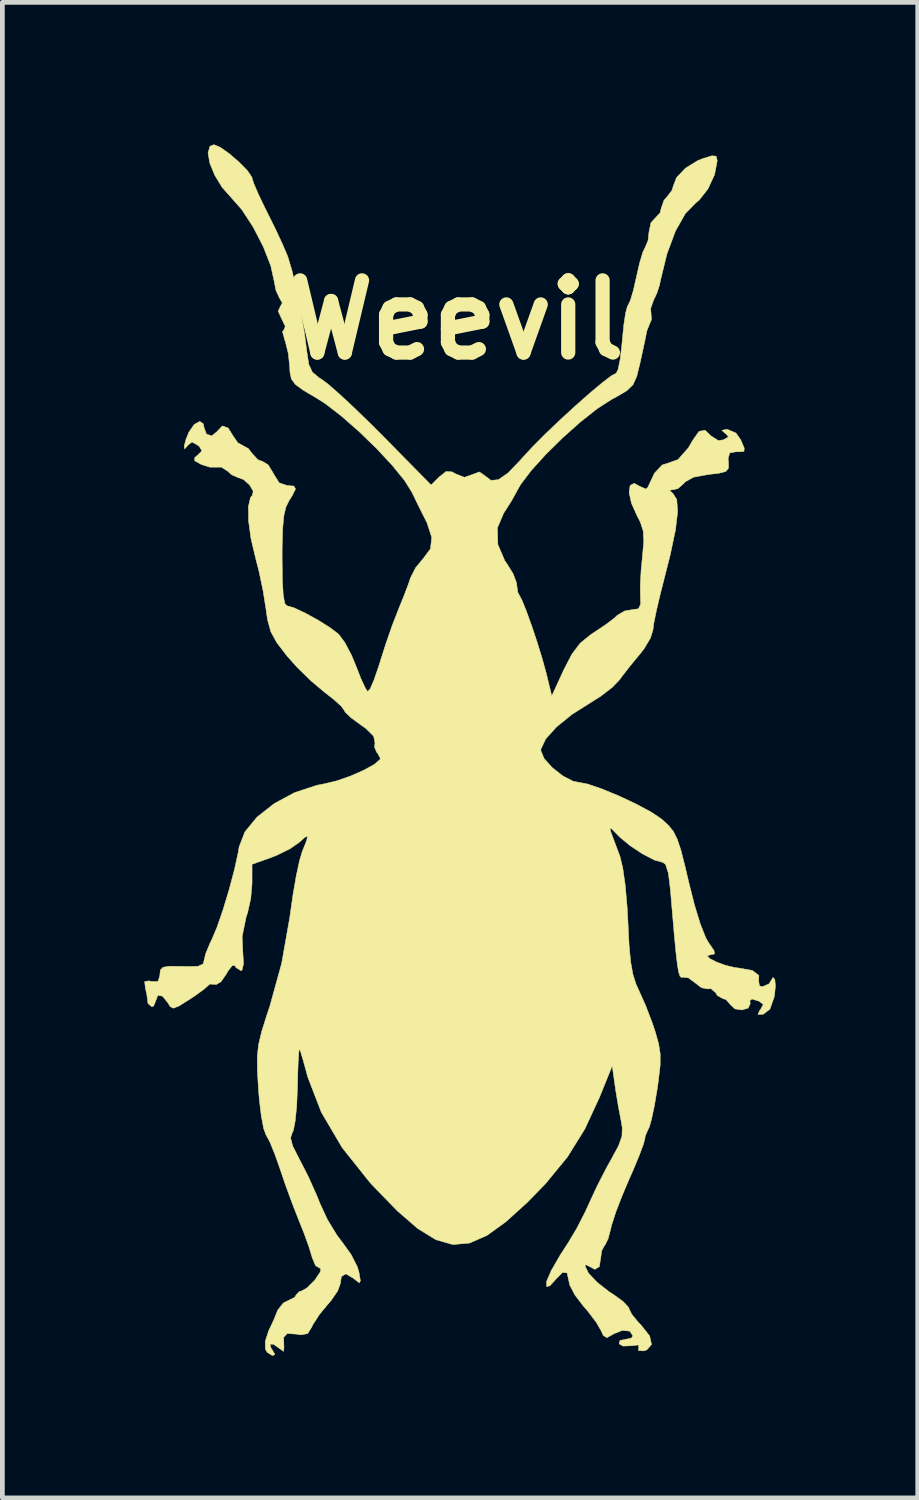
<source format=kicad_pcb>
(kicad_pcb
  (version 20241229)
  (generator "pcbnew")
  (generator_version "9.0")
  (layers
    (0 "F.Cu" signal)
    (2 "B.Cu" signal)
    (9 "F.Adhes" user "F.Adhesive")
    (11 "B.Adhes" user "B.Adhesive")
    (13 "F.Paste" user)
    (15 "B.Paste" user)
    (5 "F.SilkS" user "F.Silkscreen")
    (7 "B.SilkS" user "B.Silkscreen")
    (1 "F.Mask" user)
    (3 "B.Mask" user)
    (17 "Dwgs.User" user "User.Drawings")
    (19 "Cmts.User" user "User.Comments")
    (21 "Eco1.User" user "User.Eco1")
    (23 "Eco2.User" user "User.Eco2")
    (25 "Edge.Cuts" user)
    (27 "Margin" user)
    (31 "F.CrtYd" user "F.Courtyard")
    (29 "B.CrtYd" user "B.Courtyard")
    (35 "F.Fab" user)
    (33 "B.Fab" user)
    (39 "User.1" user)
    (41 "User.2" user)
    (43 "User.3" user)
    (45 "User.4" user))
  (footprint "Weevil"
    (layer "F.Cu")
    (at 6.59 12.705)
    (property "Reference" "Weevil" (at 0 -9 0) (layer "F.SilkS") (effects (font (size 1.524 1.524) (thickness 0.3))))
    (attr through_hole)
    (fp_poly (pts (xy -4.99 -12.645) (xy -4.796 -12.508) (xy -4.589 -12.329) (xy -4.415 -12.151) (xy -4.322 -12.016) (xy -4.317 -11.992) (xy -4.28 -11.876) (xy -4.183 -11.652) (xy -4.044 -11.362) (xy -3.993 -11.261) (xy -3.826 -10.923) (xy -3.677 -10.604) (xy -3.574 -10.363) (xy -3.561 -10.329) (xy -3.474 -10.039) (xy -3.379 -9.636) (xy -3.288 -9.177) (xy -3.211 -8.719) (xy -3.161 -8.333) (xy -3.12 -8.061) (xy -3.044 -7.896) (xy -2.899 -7.775) (xy -2.85 -7.746) (xy -2.702 -7.635) (xy -2.463 -7.425) (xy -2.158 -7.141) (xy -1.814 -6.807) (xy -1.559 -6.552) (xy -0.536 -5.513) (xy -0.364 -5.685) (xy -0.22 -5.799) (xy -0.094 -5.791) (xy -0.011 -5.745) (xy 0.167 -5.676) (xy 0.331 -5.733) (xy 0.481 -5.79) (xy 0.594 -5.714) (xy 0.596 -5.711) (xy 0.729 -5.611) (xy 0.886 -5.627) (xy 1.087 -5.767) (xy 1.352 -6.042) (xy 1.397 -6.094) (xy 1.607 -6.321) (xy 1.879 -6.594) (xy 2.189 -6.89) (xy 2.51 -7.184) (xy 2.815 -7.454) (xy 3.078 -7.674) (xy 3.273 -7.822) (xy 3.371 -7.874) (xy 3.411 -7.952) (xy 3.454 -8.159) (xy 3.49 -8.457) (xy 3.5 -8.567) (xy 3.532 -8.893) (xy 3.571 -9.149) (xy 3.61 -9.293) (xy 3.621 -9.307) (xy 3.671 -9.41) (xy 3.736 -9.63) (xy 3.798 -9.906) (xy 3.866 -10.2) (xy 3.934 -10.429) (xy 3.986 -10.537) (xy 4.044 -10.675) (xy 4.064 -10.857) (xy 4.105 -11.051) (xy 4.191 -11.145) (xy 4.3 -11.261) (xy 4.318 -11.344) (xy 4.379 -11.523) (xy 4.445 -11.599) (xy 4.552 -11.739) (xy 4.572 -11.812) (xy 4.645 -12.005) (xy 4.835 -12.204) (xy 5.096 -12.365) (xy 5.19 -12.403) (xy 5.392 -12.465) (xy 5.481 -12.457) (xy 5.503 -12.373) (xy 5.503 -12.349) (xy 5.448 -12.065) (xy 5.308 -11.765) (xy 5.124 -11.53) (xy 5.06 -11.479) (xy 4.833 -11.248) (xy 4.623 -10.877) (xy 4.443 -10.393) (xy 4.304 -9.825) (xy 4.287 -9.737) (xy 4.231 -9.565) (xy 4.161 -9.417) (xy 4.099 -9.243) (xy 4.107 -9.142) (xy 4.116 -9.004) (xy 4.094 -8.955) (xy 4.021 -8.775) (xy 4.009 -8.722) (xy 3.98 -8.574) (xy 3.926 -8.322) (xy 3.874 -8.086) (xy 3.806 -7.808) (xy 3.727 -7.633) (xy 3.596 -7.505) (xy 3.369 -7.371) (xy 3.272 -7.32) (xy 2.971 -7.126) (xy 2.615 -6.845) (xy 2.239 -6.509) (xy 1.879 -6.154) (xy 1.572 -5.814) (xy 1.353 -5.524) (xy 1.3 -5.431) (xy 1.158 -5.174) (xy 1.013 -4.946) (xy 0.995 -4.92) (xy 0.863 -4.608) (xy 0.873 -4.255) (xy 1.021 -3.911) (xy 1.058 -3.86) (xy 1.194 -3.642) (xy 1.266 -3.45) (xy 1.27 -3.414) (xy 1.293 -3.25) (xy 1.322 -3.194) (xy 1.383 -3.079) (xy 1.477 -2.845) (xy 1.59 -2.531) (xy 1.707 -2.18) (xy 1.813 -1.834) (xy 1.895 -1.535) (xy 1.898 -1.524) (xy 2.011 -1.058) (xy 2.264 -1.609) (xy 2.438 -1.945) (xy 2.614 -2.176) (xy 2.84 -2.359) (xy 2.909 -2.404) (xy 3.148 -2.563) (xy 3.334 -2.704) (xy 3.397 -2.764) (xy 3.551 -2.854) (xy 3.7 -2.879) (xy 3.841 -2.9) (xy 3.889 -2.998) (xy 3.883 -3.154) (xy 3.88 -3.385) (xy 3.897 -3.707) (xy 3.924 -3.988) (xy 3.954 -4.315) (xy 3.943 -4.539) (xy 3.883 -4.727) (xy 3.815 -4.859) (xy 3.694 -5.128) (xy 3.645 -5.352) (xy 3.665 -5.502) (xy 3.751 -5.549) (xy 3.879 -5.481) (xy 3.999 -5.428) (xy 4.037 -5.461) (xy 4.181 -5.765) (xy 4.345 -5.938) (xy 4.447 -5.969) (xy 4.676 -6.05) (xy 4.894 -6.296) (xy 4.988 -6.458) (xy 5.121 -6.646) (xy 5.247 -6.67) (xy 5.376 -6.548) (xy 5.531 -6.451) (xy 5.637 -6.468) (xy 5.742 -6.527) (xy 5.692 -6.593) (xy 5.67 -6.607) (xy 5.604 -6.668) (xy 5.692 -6.687) (xy 5.723 -6.687) (xy 5.9 -6.611) (xy 5.998 -6.473) (xy 6.075 -6.294) (xy 6.07 -6.224) (xy 5.965 -6.214) (xy 5.905 -6.216) (xy 5.768 -6.191) (xy 5.735 -6.07) (xy 5.741 -6.001) (xy 5.744 -5.871) (xy 5.686 -5.799) (xy 5.529 -5.76) (xy 5.327 -5.738) (xy 5.003 -5.678) (xy 4.825 -5.578) (xy 4.81 -5.557) (xy 4.675 -5.438) (xy 4.589 -5.417) (xy 4.495 -5.403) (xy 4.561 -5.343) (xy 4.568 -5.338) (xy 4.65 -5.208) (xy 4.669 -4.954) (xy 4.624 -4.568) (xy 4.513 -4.041) (xy 4.399 -3.591) (xy 4.299 -3.197) (xy 4.217 -2.848) (xy 4.164 -2.584) (xy 4.149 -2.459) (xy 4.095 -2.282) (xy 3.959 -2.054) (xy 3.873 -1.945) (xy 3.674 -1.704) (xy 3.495 -1.474) (xy 3.444 -1.403) (xy 3.284 -1.237) (xy 3.037 -1.048) (xy 2.851 -0.932) (xy 2.439 -0.671) (xy 2.109 -0.403) (xy 1.882 -0.151) (xy 1.782 0.062) (xy 1.78 0.096) (xy 1.849 0.262) (xy 2.021 0.454) (xy 2.243 0.629) (xy 2.462 0.742) (xy 2.567 0.762) (xy 2.77 0.801) (xy 3.071 0.904) (xy 3.425 1.05) (xy 3.783 1.218) (xy 4.098 1.386) (xy 4.323 1.535) (xy 4.342 1.551) (xy 4.478 1.676) (xy 4.58 1.803) (xy 4.662 1.968) (xy 4.74 2.204) (xy 4.827 2.547) (xy 4.901 2.864) (xy 5.025 3.356) (xy 5.149 3.761) (xy 5.264 4.05) (xy 5.324 4.153) (xy 5.437 4.317) (xy 5.448 4.388) (xy 5.365 4.406) (xy 5.358 4.406) (xy 5.293 4.431) (xy 5.351 4.489) (xy 5.494 4.561) (xy 5.682 4.63) (xy 5.878 4.676) (xy 5.952 4.685) (xy 6.248 4.737) (xy 6.384 4.842) (xy 6.38 4.956) (xy 6.396 5.063) (xy 6.461 5.08) (xy 6.598 5.021) (xy 6.628 4.974) (xy 6.683 4.884) (xy 6.721 4.927) (xy 6.734 5.068) (xy 6.713 5.27) (xy 6.707 5.3) (xy 6.617 5.555) (xy 6.479 5.66) (xy 6.476 5.661) (xy 6.366 5.666) (xy 6.399 5.589) (xy 6.418 5.565) (xy 6.477 5.454) (xy 6.39 5.387) (xy 6.388 5.386) (xy 6.236 5.339) (xy 6.194 5.376) (xy 6.202 5.438) (xy 6.158 5.532) (xy 6.025 5.571) (xy 5.878 5.548) (xy 5.79 5.467) (xy 5.69 5.351) (xy 5.63 5.334) (xy 5.508 5.266) (xy 5.473 5.208) (xy 5.373 5.121) (xy 5.311 5.127) (xy 5.175 5.103) (xy 5.046 5.004) (xy 4.897 4.894) (xy 4.787 4.879) (xy 4.75 4.885) (xy 4.719 4.858) (xy 4.692 4.779) (xy 4.665 4.627) (xy 4.636 4.382) (xy 4.601 4.024) (xy 4.559 3.534) (xy 4.516 3.027) (xy 4.474 2.684) (xy 4.415 2.499) (xy 4.356 2.455) (xy 4.177 2.405) (xy 3.927 2.275) (xy 3.664 2.101) (xy 3.442 1.917) (xy 3.398 1.872) (xy 3.273 1.744) (xy 3.239 1.743) (xy 3.261 1.82) (xy 3.331 2.008) (xy 3.426 2.262) (xy 3.451 2.328) (xy 3.51 2.572) (xy 3.563 2.944) (xy 3.603 3.406) (xy 3.62 3.725) (xy 3.644 4.206) (xy 3.677 4.557) (xy 3.724 4.818) (xy 3.791 5.029) (xy 3.853 5.165) (xy 3.991 5.473) (xy 4.131 5.838) (xy 4.195 6.029) (xy 4.267 6.283) (xy 4.301 6.501) (xy 4.3 6.74) (xy 4.263 7.06) (xy 4.235 7.256) (xy 4.177 7.599) (xy 4.118 7.878) (xy 4.068 8.051) (xy 4.051 8.081) (xy 3.984 8.235) (xy 3.979 8.282) (xy 3.946 8.408) (xy 3.857 8.646) (xy 3.728 8.957) (xy 3.647 9.14) (xy 3.493 9.502) (xy 3.362 9.843) (xy 3.276 10.11) (xy 3.257 10.189) (xy 3.2 10.404) (xy 3.135 10.537) (xy 3.123 10.547) (xy 3.064 10.659) (xy 3.048 10.786) (xy 3.015 10.992) (xy 2.92 11.048) (xy 2.823 10.996) (xy 2.73 10.95) (xy 2.712 10.975) (xy 2.785 11.127) (xy 2.969 11.323) (xy 3.227 11.525) (xy 3.323 11.587) (xy 3.517 11.727) (xy 3.631 11.848) (xy 3.643 11.881) (xy 3.701 11.998) (xy 3.842 12.171) (xy 3.9 12.23) (xy 4.078 12.456) (xy 4.118 12.635) (xy 4.018 12.749) (xy 3.947 12.771) (xy 3.839 12.761) (xy 3.849 12.705) (xy 3.843 12.644) (xy 3.699 12.661) (xy 3.52 12.669) (xy 3.433 12.622) (xy 3.452 12.549) (xy 3.551 12.531) (xy 3.691 12.5) (xy 3.725 12.455) (xy 3.66 12.354) (xy 3.505 12.337) (xy 3.321 12.408) (xy 3.312 12.415) (xy 3.174 12.492) (xy 3.097 12.441) (xy 3.054 12.345) (xy 2.952 12.169) (xy 2.779 11.94) (xy 2.673 11.817) (xy 2.5 11.59) (xy 2.39 11.379) (xy 2.371 11.288) (xy 2.335 11.124) (xy 2.239 11.113) (xy 2.097 11.255) (xy 2.081 11.277) (xy 1.97 11.396) (xy 1.901 11.412) (xy 1.903 11.3) (xy 2.001 11.074) (xy 2.186 10.753) (xy 2.361 10.482) (xy 2.538 10.185) (xy 2.719 9.833) (xy 2.801 9.652) (xy 2.961 9.306) (xy 3.156 8.925) (xy 3.272 8.716) (xy 3.422 8.438) (xy 3.493 8.238) (xy 3.499 8.055) (xy 3.475 7.911) (xy 3.418 7.612) (xy 3.361 7.268) (xy 3.346 7.164) (xy 3.288 6.75) (xy 3.018 7.418) (xy 2.708 8.087) (xy 2.341 8.677) (xy 1.879 9.24) (xy 1.493 9.636) (xy 1.039 10.047) (xy 0.64 10.334) (xy 0.274 10.494) (xy -0.078 10.525) (xy -0.436 10.423) (xy -0.821 10.186) (xy -1.252 9.812) (xy -1.751 9.298) (xy -1.838 9.203) (xy -2.415 8.478) (xy -2.855 7.731) (xy -3.142 6.986) (xy -3.162 6.913) (xy -3.234 6.647) (xy -3.291 6.457) (xy -3.317 6.392) (xy -3.33 6.459) (xy -3.343 6.661) (xy -3.354 6.963) (xy -3.359 7.209) (xy -3.375 7.596) (xy -3.406 7.912) (xy -3.446 8.118) (xy -3.47 8.168) (xy -3.505 8.274) (xy -3.46 8.443) (xy -3.325 8.711) (xy -3.312 8.735) (xy -3.132 9.085) (xy -2.958 9.473) (xy -2.883 9.659) (xy -2.727 9.996) (xy -2.524 10.33) (xy -2.412 10.477) (xy -2.228 10.733) (xy -2.095 10.993) (xy -2.061 11.106) (xy -2.03 11.29) (xy -2.054 11.333) (xy -2.153 11.258) (xy -2.174 11.239) (xy -2.338 11.143) (xy -2.432 11.202) (xy -2.455 11.354) (xy -2.51 11.505) (xy -2.648 11.706) (xy -2.716 11.785) (xy -2.898 12.005) (xy -3.032 12.214) (xy -3.057 12.266) (xy -3.143 12.405) (xy -3.287 12.432) (xy -3.388 12.416) (xy -3.575 12.403) (xy -3.651 12.486) (xy -3.644 12.697) (xy -3.644 12.7) (xy -3.652 12.781) (xy -3.735 12.721) (xy -3.865 12.629) (xy -3.94 12.628) (xy -3.917 12.712) (xy -3.895 12.742) (xy -3.836 12.846) (xy -3.887 12.869) (xy -3.997 12.801) (xy -4.038 12.731) (xy -4.038 12.566) (xy -3.968 12.348) (xy -3.958 12.329) (xy -3.852 12.1) (xy -3.777 11.913) (xy -3.775 11.909) (xy -3.657 11.759) (xy -3.556 11.708) (xy -3.419 11.641) (xy -3.387 11.589) (xy -3.319 11.517) (xy -3.281 11.51) (xy -3.163 11.445) (xy -3.008 11.292) (xy -2.976 11.253) (xy -2.875 11.101) (xy -2.865 11.026) (xy -2.884 11.025) (xy -2.976 10.97) (xy -3.048 10.801) (xy -3.049 10.795) (xy -3.114 10.58) (xy -3.221 10.283) (xy -3.321 10.033) (xy -3.463 9.672) (xy -3.617 9.252) (xy -3.725 8.932) (xy -3.834 8.623) (xy -3.938 8.367) (xy -4.018 8.217) (xy -4.022 8.213) (xy -4.072 8.077) (xy -4.122 7.814) (xy -4.164 7.466) (xy -4.183 7.23) (xy -4.205 6.843) (xy -4.207 6.553) (xy -4.18 6.302) (xy -4.116 6.033) (xy -4.008 5.688) (xy -3.943 5.494) (xy -3.693 4.589) (xy -3.519 3.606) (xy -3.515 3.57) (xy -3.453 3.137) (xy -3.384 2.737) (xy -3.315 2.417) (xy -3.258 2.226) (xy -3.165 1.995) (xy -3.146 1.902) (xy -3.207 1.929) (xy -3.322 2.032) (xy -3.516 2.167) (xy -3.789 2.302) (xy -3.914 2.352) (xy -4.318 2.495) (xy -4.318 2.901) (xy -4.345 3.22) (xy -4.413 3.523) (xy -4.441 3.602) (xy -4.527 4.019) (xy -4.514 4.319) (xy -4.498 4.597) (xy -4.53 4.731) (xy -4.553 4.741) (xy -4.659 4.674) (xy -4.678 4.636) (xy -4.734 4.632) (xy -4.828 4.752) (xy -4.858 4.808) (xy -4.974 4.975) (xy -5.076 5.035) (xy -5.093 5.03) (xy -5.212 5.025) (xy -5.238 5.049) (xy -5.336 5.136) (xy -5.525 5.273) (xy -5.649 5.355) (xy -5.862 5.488) (xy -5.979 5.534) (xy -6.047 5.5) (xy -6.096 5.418) (xy -6.21 5.279) (xy -6.308 5.263) (xy -6.35 5.376) (xy -6.396 5.489) (xy -6.435 5.503) (xy -6.514 5.436) (xy -6.52 5.397) (xy -6.542 5.233) (xy -6.571 5.107) (xy -6.585 4.973) (xy -6.493 4.957) (xy -6.443 4.969) (xy -6.304 4.97) (xy -6.265 4.848) (xy -6.265 4.836) (xy -6.254 4.729) (xy -6.197 4.67) (xy -6.056 4.648) (xy -5.793 4.651) (xy -5.694 4.655) (xy -5.456 4.649) (xy -5.349 4.597) (xy -5.334 4.539) (xy -5.297 4.384) (xy -5.205 4.16) (xy -5.169 4.088) (xy -5.058 3.826) (xy -4.93 3.454) (xy -4.801 3.028) (xy -4.689 2.605) (xy -4.609 2.241) (xy -4.591 2.128) (xy -4.469 1.811) (xy -4.211 1.498) (xy -3.851 1.214) (xy -3.42 0.982) (xy -2.951 0.827) (xy -2.79 0.796) (xy -2.528 0.733) (xy -2.234 0.63) (xy -1.955 0.507) (xy -1.734 0.385) (xy -1.617 0.283) (xy -1.609 0.258) (xy -1.67 0.143) (xy -1.685 0.132) (xy -1.731 0.022) (xy -1.722 -0.07) (xy -1.749 -0.209) (xy -1.912 -0.371) (xy -2.026 -0.452) (xy -2.227 -0.599) (xy -2.351 -0.718) (xy -2.371 -0.756) (xy -2.434 -0.843) (xy -2.598 -0.991) (xy -2.783 -1.135) (xy -3.062 -1.369) (xy -3.367 -1.666) (xy -3.579 -1.904) (xy -3.795 -2.185) (xy -3.922 -2.417) (xy -3.992 -2.672) (xy -4.023 -2.892) (xy -4.083 -3.27) (xy -4.172 -3.697) (xy -4.243 -3.972) (xy -4.34 -4.38) (xy -4.391 -4.754) (xy -4.395 -5.057) (xy -4.35 -5.252) (xy -4.312 -5.295) (xy -4.293 -5.384) (xy -4.369 -5.514) (xy -4.495 -5.628) (xy -4.617 -5.673) (xy -4.753 -5.732) (xy -4.829 -5.804) (xy -4.968 -5.892) (xy -5.052 -5.89) (xy -5.209 -5.891) (xy -5.385 -5.946) (xy -5.528 -6.025) (xy -5.529 -6.092) (xy -5.467 -6.144) (xy -5.376 -6.234) (xy -5.425 -6.319) (xy -5.467 -6.355) (xy -5.587 -6.422) (xy -5.671 -6.355) (xy -5.678 -6.345) (xy -5.741 -6.276) (xy -5.752 -6.331) (xy -5.714 -6.475) (xy -5.652 -6.629) (xy -5.539 -6.792) (xy -5.422 -6.856) (xy -5.345 -6.805) (xy -5.334 -6.736) (xy -5.282 -6.589) (xy -5.168 -6.551) (xy -5.065 -6.634) (xy -4.945 -6.761) (xy -4.823 -6.718) (xy -4.726 -6.562) (xy -4.619 -6.406) (xy -4.519 -6.35) (xy -4.396 -6.283) (xy -4.318 -6.181) (xy -4.193 -6.046) (xy -4.096 -6.011) (xy -3.978 -5.94) (xy -3.872 -5.767) (xy -3.869 -5.757) (xy -3.746 -5.56) (xy -3.58 -5.503) (xy -3.434 -5.491) (xy -3.4 -5.429) (xy -3.474 -5.282) (xy -3.535 -5.186) (xy -3.602 -5.051) (xy -3.646 -4.866) (xy -3.671 -4.599) (xy -3.682 -4.214) (xy -3.683 -3.961) (xy -3.677 -3.497) (xy -3.659 -3.187) (xy -3.627 -3.014) (xy -3.582 -2.964) (xy -3.431 -2.92) (xy -3.194 -2.809) (xy -2.923 -2.66) (xy -2.671 -2.502) (xy -2.489 -2.363) (xy -2.487 -2.361) (xy -2.359 -2.188) (xy -2.218 -1.921) (xy -2.122 -1.69) (xy -2.018 -1.423) (xy -1.927 -1.227) (xy -1.877 -1.152) (xy -1.825 -1.208) (xy -1.744 -1.392) (xy -1.649 -1.667) (xy -1.619 -1.763) (xy -1.495 -2.153) (xy -1.356 -2.553) (xy -1.23 -2.877) (xy -1.23 -2.879) (xy -1.111 -3.171) (xy -1.012 -3.432) (xy -0.971 -3.556) (xy -0.862 -3.769) (xy -0.708 -3.954) (xy -0.55 -4.166) (xy -0.523 -4.408) (xy -0.624 -4.717) (xy -0.67 -4.809) (xy -0.805 -5.078) (xy -0.927 -5.33) (xy -0.942 -5.362) (xy -1.099 -5.612) (xy -1.359 -5.931) (xy -1.689 -6.285) (xy -2.056 -6.641) (xy -2.426 -6.966) (xy -2.766 -7.229) (xy -2.945 -7.343) (xy -3.232 -7.513) (xy -3.402 -7.637) (xy -3.487 -7.752) (xy -3.517 -7.892) (xy -3.522 -8.005) (xy -3.552 -8.291) (xy -3.616 -8.549) (xy -3.626 -8.572) (xy -3.674 -8.75) (xy -3.637 -8.805) (xy -3.616 -8.864) (xy -3.684 -9.007) (xy -3.686 -9.009) (xy -3.766 -9.185) (xy -3.726 -9.271) (xy -3.679 -9.36) (xy -3.731 -9.447) (xy -3.812 -9.619) (xy -3.847 -9.8) (xy -3.921 -10.139) (xy -4.08 -10.546) (xy -4.295 -10.963) (xy -4.536 -11.332) (xy -4.753 -11.578) (xy -4.951 -11.801) (xy -5.107 -12.058) (xy -5.21 -12.312) (xy -5.247 -12.527) (xy -5.206 -12.667) (xy -5.123 -12.7) (xy -4.99 -12.645)) (stroke (width 0.01) (type solid)) (fill yes) (layer "F.SilkS")))
  (gr_rect
    (start -3 -3)
    (end 16.329 28.579)
    (stroke (width 0.1) (type default))
    (fill no)
    (layer "Edge.Cuts")))
</source>
